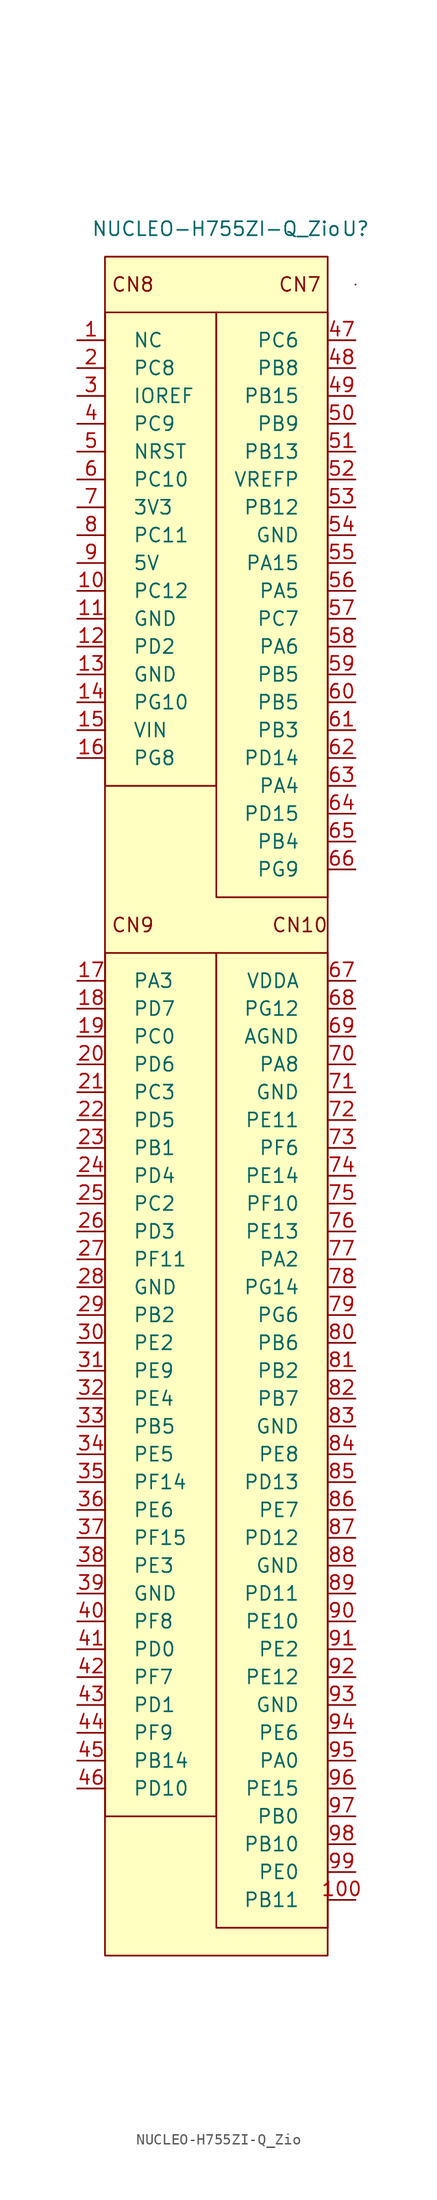
<source format=kicad_sym>
(kicad_symbol_lib
  (version 20220914)
  (generator kicad_symbol_editor)
  (symbol "NUCLEO-H755ZI-Q_Zio"
    (pin_names
      (offset 2.54))
    (property "Reference" "U"
      (at 12.7 15.24 0)
      (effects (font (size 1.27 1.27))))
    (property "Value" "NUCLEO-H755ZI-Q_Zio"
      (at 0 15.24 0)
      (effects (font (size 1.27 1.27))))
    (symbol "NUCLEO-H755ZI-Q_Zio_0_0"
      (rectangle (start -10.16 -50.8) (end 0 -129.54) (stroke (width 0) (type default)) (fill (type none)))
      (rectangle (start -10.16 12.7) (end 10.16 -142.24) (stroke (width 0) (type default)) (fill (type background)))
      (rectangle (start 0 -50.8) (end 10.16 -139.7) (stroke (width 0) (type default)) (fill (type none)))
      (rectangle (start 0 7.62) (end 10.16 -45.72) (stroke (width 0) (type default)) (fill (type none)))
      (text "CN10" (at 7.62 -48.26 0) (effects (font (size 1.27 1.27))))
      (text "CN7" (at 7.62 10.16 0) (effects (font (size 1.27 1.27))))
      (text "CN8" (at -7.62 10.16 0) (effects (font (size 1.27 1.27))))
      (text "CN9" (at -7.62 -48.26 0) (effects (font (size 1.27 1.27)))))
    (symbol "NUCLEO-H755ZI-Q_Zio_0_1"
      (rectangle (start -10.16 7.62) (end 0 -35.56) (stroke (width 0) (type default)) (fill (type none)))
      (rectangle (start 12.7 10.16) (end 12.7 10.16) (stroke (width 0) (type default)) (fill (type none)))
      (rectangle (start 12.7 10.16) (end 12.7 10.16) (stroke (width 0) (type default)) (fill (type none))))
    (symbol "NUCLEO-H755ZI-Q_Zio_1_1"
      (pin bidirectional line (at -12.7 5.08 0) (length 2.54) (name "NC" (effects (font (size 1.27 1.27)))) (number "1" (effects (font (size 1.27 1.27)))))
      (pin bidirectional line (at -12.7 -17.78 0) (length 2.54) (name "PC12" (effects (font (size 1.27 1.27)))) (number "10" (effects (font (size 1.27 1.27)))))
      (pin bidirectional line (at 12.7 -137.16 180) (length 2.54) (name "PB11" (effects (font (size 1.27 1.27)))) (number "100" (effects (font (size 1.27 1.27)))))
      (pin power_in line (at -12.7 -20.32 0) (length 2.54) (name "GND" (effects (font (size 1.27 1.27)))) (number "11" (effects (font (size 1.27 1.27)))))
      (pin bidirectional line (at -12.7 -22.86 0) (length 2.54) (name "PD2" (effects (font (size 1.27 1.27)))) (number "12" (effects (font (size 1.27 1.27)))))
      (pin power_in line (at -12.7 -25.4 0) (length 2.54) (name "GND" (effects (font (size 1.27 1.27)))) (number "13" (effects (font (size 1.27 1.27)))))
      (pin bidirectional line (at -12.7 -27.94 0) (length 2.54) (name "PG10" (effects (font (size 1.27 1.27)))) (number "14" (effects (font (size 1.27 1.27)))))
      (pin power_in line (at -12.7 -30.48 0) (length 2.54) (name "VIN" (effects (font (size 1.27 1.27)))) (number "15" (effects (font (size 1.27 1.27)))))
      (pin bidirectional line (at -12.7 -33.02 0) (length 2.54) (name "PG8" (effects (font (size 1.27 1.27)))) (number "16" (effects (font (size 1.27 1.27)))))
      (pin bidirectional line (at -12.7 -53.34 0) (length 2.54) (name "PA3" (effects (font (size 1.27 1.27)))) (number "17" (effects (font (size 1.27 1.27)))))
      (pin bidirectional line (at -12.7 -55.88 0) (length 2.54) (name "PD7" (effects (font (size 1.27 1.27)))) (number "18" (effects (font (size 1.27 1.27)))))
      (pin bidirectional line (at -12.7 -58.42 0) (length 2.54) (name "PC0" (effects (font (size 1.27 1.27)))) (number "19" (effects (font (size 1.27 1.27)))))
      (pin bidirectional line (at -12.7 2.54 0) (length 2.54) (name "PC8" (effects (font (size 1.27 1.27)))) (number "2" (effects (font (size 1.27 1.27)))))
      (pin bidirectional line (at -12.7 -60.96 0) (length 2.54) (name "PD6" (effects (font (size 1.27 1.27)))) (number "20" (effects (font (size 1.27 1.27)))))
      (pin bidirectional line (at -12.7 -63.5 0) (length 2.54) (name "PC3" (effects (font (size 1.27 1.27)))) (number "21" (effects (font (size 1.27 1.27)))))
      (pin bidirectional line (at -12.7 -66.04 0) (length 2.54) (name "PD5" (effects (font (size 1.27 1.27)))) (number "22" (effects (font (size 1.27 1.27)))))
      (pin bidirectional line (at -12.7 -68.58 0) (length 2.54) (name "PB1" (effects (font (size 1.27 1.27)))) (number "23" (effects (font (size 1.27 1.27)))))
      (pin bidirectional line (at -12.7 -71.12 0) (length 2.54) (name "PD4" (effects (font (size 1.27 1.27)))) (number "24" (effects (font (size 1.27 1.27)))))
      (pin bidirectional line (at -12.7 -73.66 0) (length 2.54) (name "PC2" (effects (font (size 1.27 1.27)))) (number "25" (effects (font (size 1.27 1.27)))))
      (pin bidirectional line (at -12.7 -76.2 0) (length 2.54) (name "PD3" (effects (font (size 1.27 1.27)))) (number "26" (effects (font (size 1.27 1.27)))))
      (pin bidirectional line (at -12.7 -78.74 0) (length 2.54) (name "PF11" (effects (font (size 1.27 1.27)))) (number "27" (effects (font (size 1.27 1.27)))))
      (pin power_in line (at -12.7 -81.28 0) (length 2.54) (name "GND" (effects (font (size 1.27 1.27)))) (number "28" (effects (font (size 1.27 1.27)))))
      (pin bidirectional line (at -12.7 -83.82 0) (length 2.54) (name "PB2" (effects (font (size 1.27 1.27)))) (number "29" (effects (font (size 1.27 1.27)))))
      (pin bidirectional line (at -12.7 0 0) (length 2.54) (name "IOREF" (effects (font (size 1.27 1.27)))) (number "3" (effects (font (size 1.27 1.27)))))
      (pin bidirectional line (at -12.7 -86.36 0) (length 2.54) (name "PE2" (effects (font (size 1.27 1.27)))) (number "30" (effects (font (size 1.27 1.27)))))
      (pin bidirectional line (at -12.7 -88.9 0) (length 2.54) (name "PE9" (effects (font (size 1.27 1.27)))) (number "31" (effects (font (size 1.27 1.27)))))
      (pin bidirectional line (at -12.7 -91.44 0) (length 2.54) (name "PE4" (effects (font (size 1.27 1.27)))) (number "32" (effects (font (size 1.27 1.27)))))
      (pin bidirectional line (at -12.7 -93.98 0) (length 2.54) (name "PB5" (effects (font (size 1.27 1.27)))) (number "33" (effects (font (size 1.27 1.27)))))
      (pin bidirectional line (at -12.7 -96.52 0) (length 2.54) (name "PE5" (effects (font (size 1.27 1.27)))) (number "34" (effects (font (size 1.27 1.27)))))
      (pin bidirectional line (at -12.7 -99.06 0) (length 2.54) (name "PF14" (effects (font (size 1.27 1.27)))) (number "35" (effects (font (size 1.27 1.27)))))
      (pin bidirectional line (at -12.7 -101.6 0) (length 2.54) (name "PE6" (effects (font (size 1.27 1.27)))) (number "36" (effects (font (size 1.27 1.27)))))
      (pin bidirectional line (at -12.7 -104.14 0) (length 2.54) (name "PF15" (effects (font (size 1.27 1.27)))) (number "37" (effects (font (size 1.27 1.27)))))
      (pin bidirectional line (at -12.7 -106.68 0) (length 2.54) (name "PE3" (effects (font (size 1.27 1.27)))) (number "38" (effects (font (size 1.27 1.27)))))
      (pin power_in line (at -12.7 -109.22 0) (length 2.54) (name "GND" (effects (font (size 1.27 1.27)))) (number "39" (effects (font (size 1.27 1.27)))))
      (pin bidirectional line (at -12.7 -2.54 0) (length 2.54) (name "PC9" (effects (font (size 1.27 1.27)))) (number "4" (effects (font (size 1.27 1.27)))))
      (pin bidirectional line (at -12.7 -111.76 0) (length 2.54) (name "PF8" (effects (font (size 1.27 1.27)))) (number "40" (effects (font (size 1.27 1.27)))))
      (pin bidirectional line (at -12.7 -114.3 0) (length 2.54) (name "PD0" (effects (font (size 1.27 1.27)))) (number "41" (effects (font (size 1.27 1.27)))))
      (pin bidirectional line (at -12.7 -116.84 0) (length 2.54) (name "PF7" (effects (font (size 1.27 1.27)))) (number "42" (effects (font (size 1.27 1.27)))))
      (pin bidirectional line (at -12.7 -119.38 0) (length 2.54) (name "PD1" (effects (font (size 1.27 1.27)))) (number "43" (effects (font (size 1.27 1.27)))))
      (pin bidirectional line (at -12.7 -121.92 0) (length 2.54) (name "PF9" (effects (font (size 1.27 1.27)))) (number "44" (effects (font (size 1.27 1.27)))))
      (pin bidirectional line (at -12.7 -124.46 0) (length 2.54) (name "PB14" (effects (font (size 1.27 1.27)))) (number "45" (effects (font (size 1.27 1.27)))))
      (pin bidirectional line (at -12.7 -127 0) (length 2.54) (name "PD10" (effects (font (size 1.27 1.27)))) (number "46" (effects (font (size 1.27 1.27)))))
      (pin bidirectional line (at 12.7 5.08 180) (length 2.54) (name "PC6" (effects (font (size 1.27 1.27)))) (number "47" (effects (font (size 1.27 1.27)))))
      (pin bidirectional line (at 12.7 2.54 180) (length 2.54) (name "PB8" (effects (font (size 1.27 1.27)))) (number "48" (effects (font (size 1.27 1.27)))))
      (pin bidirectional line (at 12.7 0 180) (length 2.54) (name "PB15" (effects (font (size 1.27 1.27)))) (number "49" (effects (font (size 1.27 1.27)))))
      (pin input line (at -12.7 -5.08 0) (length 2.54) (name "NRST" (effects (font (size 1.27 1.27)))) (number "5" (effects (font (size 1.27 1.27)))))
      (pin bidirectional line (at 12.7 -2.54 180) (length 2.54) (name "PB9" (effects (font (size 1.27 1.27)))) (number "50" (effects (font (size 1.27 1.27)))))
      (pin bidirectional line (at 12.7 -5.08 180) (length 2.54) (name "PB13" (effects (font (size 1.27 1.27)))) (number "51" (effects (font (size 1.27 1.27)))))
      (pin power_in line (at 12.7 -7.62 180) (length 2.54) (name "VREFP" (effects (font (size 1.27 1.27)))) (number "52" (effects (font (size 1.27 1.27)))))
      (pin bidirectional line (at 12.7 -10.16 180) (length 2.54) (name "PB12" (effects (font (size 1.27 1.27)))) (number "53" (effects (font (size 1.27 1.27)))))
      (pin power_in line (at 12.7 -12.7 180) (length 2.54) (name "GND" (effects (font (size 1.27 1.27)))) (number "54" (effects (font (size 1.27 1.27)))))
      (pin bidirectional line (at 12.7 -15.24 180) (length 2.54) (name "PA15" (effects (font (size 1.27 1.27)))) (number "55" (effects (font (size 1.27 1.27)))))
      (pin bidirectional line (at 12.7 -17.78 180) (length 2.54) (name "PA5" (effects (font (size 1.27 1.27)))) (number "56" (effects (font (size 1.27 1.27)))))
      (pin bidirectional line (at 12.7 -20.32 180) (length 2.54) (name "PC7" (effects (font (size 1.27 1.27)))) (number "57" (effects (font (size 1.27 1.27)))))
      (pin bidirectional line (at 12.7 -22.86 180) (length 2.54) (name "PA6" (effects (font (size 1.27 1.27)))) (number "58" (effects (font (size 1.27 1.27)))))
      (pin bidirectional line (at 12.7 -25.4 180) (length 2.54) (name "PB5" (effects (font (size 1.27 1.27)))) (number "59" (effects (font (size 1.27 1.27)))))
      (pin bidirectional line (at -12.7 -7.62 0) (length 2.54) (name "PC10" (effects (font (size 1.27 1.27)))) (number "6" (effects (font (size 1.27 1.27)))))
      (pin bidirectional line (at 12.7 -27.94 180) (length 2.54) (name "PB5" (effects (font (size 1.27 1.27)))) (number "60" (effects (font (size 1.27 1.27)))))
      (pin bidirectional line (at 12.7 -30.48 180) (length 2.54) (name "PB3" (effects (font (size 1.27 1.27)))) (number "61" (effects (font (size 1.27 1.27)))))
      (pin bidirectional line (at 12.7 -33.02 180) (length 2.54) (name "PD14" (effects (font (size 1.27 1.27)))) (number "62" (effects (font (size 1.27 1.27)))))
      (pin bidirectional line (at 12.7 -35.56 180) (length 2.54) (name "PA4" (effects (font (size 1.27 1.27)))) (number "63" (effects (font (size 1.27 1.27)))))
      (pin bidirectional line (at 12.7 -38.1 180) (length 2.54) (name "PD15" (effects (font (size 1.27 1.27)))) (number "64" (effects (font (size 1.27 1.27)))))
      (pin bidirectional line (at 12.7 -40.64 180) (length 2.54) (name "PB4" (effects (font (size 1.27 1.27)))) (number "65" (effects (font (size 1.27 1.27)))))
      (pin bidirectional line (at 12.7 -43.18 180) (length 2.54) (name "PG9" (effects (font (size 1.27 1.27)))) (number "66" (effects (font (size 1.27 1.27)))))
      (pin power_out line (at 12.7 -53.34 180) (length 2.54) (name "VDDA" (effects (font (size 1.27 1.27)))) (number "67" (effects (font (size 1.27 1.27)))))
      (pin bidirectional line (at 12.7 -55.88 180) (length 2.54) (name "PG12" (effects (font (size 1.27 1.27)))) (number "68" (effects (font (size 1.27 1.27)))))
      (pin power_in line (at 12.7 -58.42 180) (length 2.54) (name "AGND" (effects (font (size 1.27 1.27)))) (number "69" (effects (font (size 1.27 1.27)))))
      (pin power_out line (at -12.7 -10.16 0) (length 2.54) (name "3V3" (effects (font (size 1.27 1.27)))) (number "7" (effects (font (size 1.27 1.27)))))
      (pin bidirectional line (at 12.7 -60.96 180) (length 2.54) (name "PA8" (effects (font (size 1.27 1.27)))) (number "70" (effects (font (size 1.27 1.27)))))
      (pin power_in line (at 12.7 -63.5 180) (length 2.54) (name "GND" (effects (font (size 1.27 1.27)))) (number "71" (effects (font (size 1.27 1.27)))))
      (pin bidirectional line (at 12.7 -66.04 180) (length 2.54) (name "PE11" (effects (font (size 1.27 1.27)))) (number "72" (effects (font (size 1.27 1.27)))))
      (pin bidirectional line (at 12.7 -68.58 180) (length 2.54) (name "PF6" (effects (font (size 1.27 1.27)))) (number "73" (effects (font (size 1.27 1.27)))))
      (pin bidirectional line (at 12.7 -71.12 180) (length 2.54) (name "PE14" (effects (font (size 1.27 1.27)))) (number "74" (effects (font (size 1.27 1.27)))))
      (pin bidirectional line (at 12.7 -73.66 180) (length 2.54) (name "PF10" (effects (font (size 1.27 1.27)))) (number "75" (effects (font (size 1.27 1.27)))))
      (pin bidirectional line (at 12.7 -76.2 180) (length 2.54) (name "PE13" (effects (font (size 1.27 1.27)))) (number "76" (effects (font (size 1.27 1.27)))))
      (pin bidirectional line (at 12.7 -78.74 180) (length 2.54) (name "PA2" (effects (font (size 1.27 1.27)))) (number "77" (effects (font (size 1.27 1.27)))))
      (pin bidirectional line (at 12.7 -81.28 180) (length 2.54) (name "PG14" (effects (font (size 1.27 1.27)))) (number "78" (effects (font (size 1.27 1.27)))))
      (pin bidirectional line (at 12.7 -83.82 180) (length 2.54) (name "PG6" (effects (font (size 1.27 1.27)))) (number "79" (effects (font (size 1.27 1.27)))))
      (pin bidirectional line (at -12.7 -12.7 0) (length 2.54) (name "PC11" (effects (font (size 1.27 1.27)))) (number "8" (effects (font (size 1.27 1.27)))))
      (pin bidirectional line (at 12.7 -86.36 180) (length 2.54) (name "PB6" (effects (font (size 1.27 1.27)))) (number "80" (effects (font (size 1.27 1.27)))))
      (pin bidirectional line (at 12.7 -88.9 180) (length 2.54) (name "PB2" (effects (font (size 1.27 1.27)))) (number "81" (effects (font (size 1.27 1.27)))))
      (pin bidirectional line (at 12.7 -91.44 180) (length 2.54) (name "PB7" (effects (font (size 1.27 1.27)))) (number "82" (effects (font (size 1.27 1.27)))))
      (pin power_in line (at 12.7 -93.98 180) (length 2.54) (name "GND" (effects (font (size 1.27 1.27)))) (number "83" (effects (font (size 1.27 1.27)))))
      (pin bidirectional line (at 12.7 -96.52 180) (length 2.54) (name "PE8" (effects (font (size 1.27 1.27)))) (number "84" (effects (font (size 1.27 1.27)))))
      (pin bidirectional line (at 12.7 -99.06 180) (length 2.54) (name "PD13" (effects (font (size 1.27 1.27)))) (number "85" (effects (font (size 1.27 1.27)))))
      (pin bidirectional line (at 12.7 -101.6 180) (length 2.54) (name "PE7" (effects (font (size 1.27 1.27)))) (number "86" (effects (font (size 1.27 1.27)))))
      (pin bidirectional line (at 12.7 -104.14 180) (length 2.54) (name "PD12" (effects (font (size 1.27 1.27)))) (number "87" (effects (font (size 1.27 1.27)))))
      (pin power_in line (at 12.7 -106.68 180) (length 2.54) (name "GND" (effects (font (size 1.27 1.27)))) (number "88" (effects (font (size 1.27 1.27)))))
      (pin bidirectional line (at 12.7 -109.22 180) (length 2.54) (name "PD11" (effects (font (size 1.27 1.27)))) (number "89" (effects (font (size 1.27 1.27)))))
      (pin power_out line (at -12.7 -15.24 0) (length 2.54) (name "5V" (effects (font (size 1.27 1.27)))) (number "9" (effects (font (size 1.27 1.27)))))
      (pin bidirectional line (at 12.7 -111.76 180) (length 2.54) (name "PE10" (effects (font (size 1.27 1.27)))) (number "90" (effects (font (size 1.27 1.27)))))
      (pin bidirectional line (at 12.7 -114.3 180) (length 2.54) (name "PE2" (effects (font (size 1.27 1.27)))) (number "91" (effects (font (size 1.27 1.27)))))
      (pin bidirectional line (at 12.7 -116.84 180) (length 2.54) (name "PE12" (effects (font (size 1.27 1.27)))) (number "92" (effects (font (size 1.27 1.27)))))
      (pin power_in line (at 12.7 -119.38 180) (length 2.54) (name "GND" (effects (font (size 1.27 1.27)))) (number "93" (effects (font (size 1.27 1.27)))))
      (pin bidirectional line (at 12.7 -121.92 180) (length 2.54) (name "PE6" (effects (font (size 1.27 1.27)))) (number "94" (effects (font (size 1.27 1.27)))))
      (pin bidirectional line (at 12.7 -124.46 180) (length 2.54) (name "PA0" (effects (font (size 1.27 1.27)))) (number "95" (effects (font (size 1.27 1.27)))))
      (pin bidirectional line (at 12.7 -127 180) (length 2.54) (name "PE15" (effects (font (size 1.27 1.27)))) (number "96" (effects (font (size 1.27 1.27)))))
      (pin bidirectional line (at 12.7 -129.54 180) (length 2.54) (name "PB0" (effects (font (size 1.27 1.27)))) (number "97" (effects (font (size 1.27 1.27)))))
      (pin bidirectional line (at 12.7 -132.08 180) (length 2.54) (name "PB10" (effects (font (size 1.27 1.27)))) (number "98" (effects (font (size 1.27 1.27)))))
      (pin bidirectional line (at 12.7 -134.62 180) (length 2.54) (name "PE0" (effects (font (size 1.27 1.27)))) (number "99" (effects (font (size 1.27 1.27))))))))
</source>
